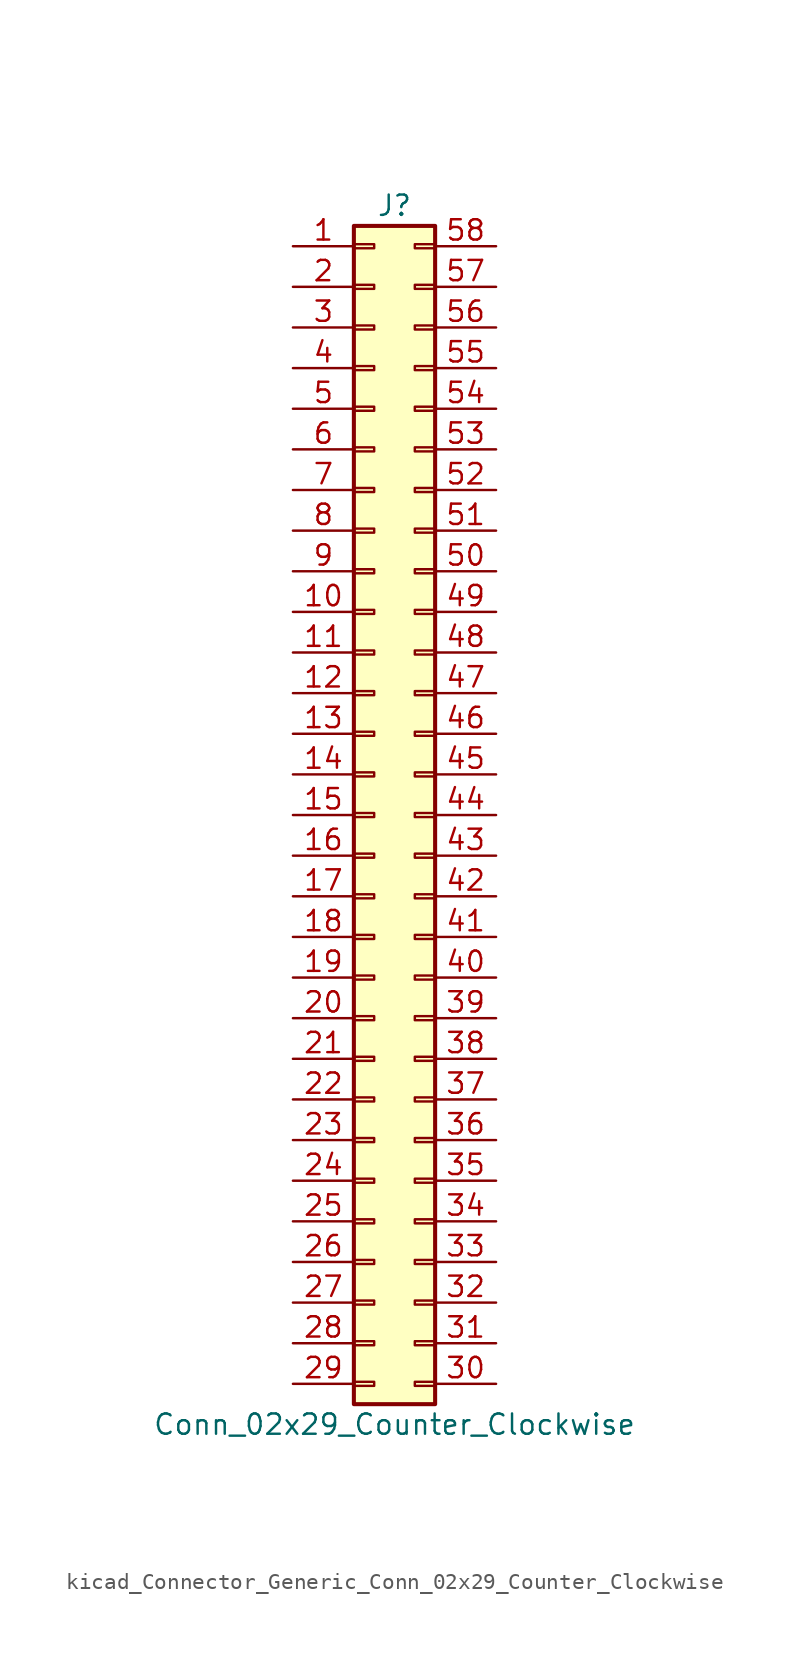
<source format=kicad_sym>
(kicad_symbol_lib
  (version 20220914)
  (generator kicad_symbol_editor)
  (symbol "kicad_Connector_Generic_Conn_02x29_Counter_Clockwise"
    (pin_names
      (offset 1.016) hide)
    (property "Reference" "J"
      (at 1.27 38.1 0)
      (effects (font (size 1.27 1.27))))
    (property "Value" "Conn_02x29_Counter_Clockwise"
      (at 1.27 -38.1 0)
      (effects (font (size 1.27 1.27))))
    (symbol "kicad_Connector_Generic_Conn_02x29_Counter_Clockwise_1_1"
      (rectangle (start -1.27 -35.433) (end 0 -35.687) (stroke (width 0.152) (type default)) (fill (type none)))
      (rectangle (start -1.27 -32.893) (end 0 -33.147) (stroke (width 0.152) (type default)) (fill (type none)))
      (rectangle (start -1.27 -30.353) (end 0 -30.607) (stroke (width 0.152) (type default)) (fill (type none)))
      (rectangle (start -1.27 -27.813) (end 0 -28.067) (stroke (width 0.152) (type default)) (fill (type none)))
      (rectangle (start -1.27 -25.273) (end 0 -25.527) (stroke (width 0.152) (type default)) (fill (type none)))
      (rectangle (start -1.27 -22.733) (end 0 -22.987) (stroke (width 0.152) (type default)) (fill (type none)))
      (rectangle (start -1.27 -20.193) (end 0 -20.447) (stroke (width 0.152) (type default)) (fill (type none)))
      (rectangle (start -1.27 -17.653) (end 0 -17.907) (stroke (width 0.152) (type default)) (fill (type none)))
      (rectangle (start -1.27 -15.113) (end 0 -15.367) (stroke (width 0.152) (type default)) (fill (type none)))
      (rectangle (start -1.27 -12.573) (end 0 -12.827) (stroke (width 0.152) (type default)) (fill (type none)))
      (rectangle (start -1.27 -10.033) (end 0 -10.287) (stroke (width 0.152) (type default)) (fill (type none)))
      (rectangle (start -1.27 -7.493) (end 0 -7.747) (stroke (width 0.152) (type default)) (fill (type none)))
      (rectangle (start -1.27 -4.953) (end 0 -5.207) (stroke (width 0.152) (type default)) (fill (type none)))
      (rectangle (start -1.27 -2.413) (end 0 -2.667) (stroke (width 0.152) (type default)) (fill (type none)))
      (rectangle (start -1.27 0.127) (end 0 -0.127) (stroke (width 0.152) (type default)) (fill (type none)))
      (rectangle (start -1.27 2.667) (end 0 2.413) (stroke (width 0.152) (type default)) (fill (type none)))
      (rectangle (start -1.27 5.207) (end 0 4.953) (stroke (width 0.152) (type default)) (fill (type none)))
      (rectangle (start -1.27 7.747) (end 0 7.493) (stroke (width 0.152) (type default)) (fill (type none)))
      (rectangle (start -1.27 10.287) (end 0 10.033) (stroke (width 0.152) (type default)) (fill (type none)))
      (rectangle (start -1.27 12.827) (end 0 12.573) (stroke (width 0.152) (type default)) (fill (type none)))
      (rectangle (start -1.27 15.367) (end 0 15.113) (stroke (width 0.152) (type default)) (fill (type none)))
      (rectangle (start -1.27 17.907) (end 0 17.653) (stroke (width 0.152) (type default)) (fill (type none)))
      (rectangle (start -1.27 20.447) (end 0 20.193) (stroke (width 0.152) (type default)) (fill (type none)))
      (rectangle (start -1.27 22.987) (end 0 22.733) (stroke (width 0.152) (type default)) (fill (type none)))
      (rectangle (start -1.27 25.527) (end 0 25.273) (stroke (width 0.152) (type default)) (fill (type none)))
      (rectangle (start -1.27 28.067) (end 0 27.813) (stroke (width 0.152) (type default)) (fill (type none)))
      (rectangle (start -1.27 30.607) (end 0 30.353) (stroke (width 0.152) (type default)) (fill (type none)))
      (rectangle (start -1.27 33.147) (end 0 32.893) (stroke (width 0.152) (type default)) (fill (type none)))
      (rectangle (start -1.27 35.687) (end 0 35.433) (stroke (width 0.152) (type default)) (fill (type none)))
      (rectangle (start -1.27 36.83) (end 3.81 -36.83) (stroke (width 0.254) (type default)) (fill (type background)))
      (rectangle (start 3.81 -35.433) (end 2.54 -35.687) (stroke (width 0.152) (type default)) (fill (type none)))
      (rectangle (start 3.81 -32.893) (end 2.54 -33.147) (stroke (width 0.152) (type default)) (fill (type none)))
      (rectangle (start 3.81 -30.353) (end 2.54 -30.607) (stroke (width 0.152) (type default)) (fill (type none)))
      (rectangle (start 3.81 -27.813) (end 2.54 -28.067) (stroke (width 0.152) (type default)) (fill (type none)))
      (rectangle (start 3.81 -25.273) (end 2.54 -25.527) (stroke (width 0.152) (type default)) (fill (type none)))
      (rectangle (start 3.81 -22.733) (end 2.54 -22.987) (stroke (width 0.152) (type default)) (fill (type none)))
      (rectangle (start 3.81 -20.193) (end 2.54 -20.447) (stroke (width 0.152) (type default)) (fill (type none)))
      (rectangle (start 3.81 -17.653) (end 2.54 -17.907) (stroke (width 0.152) (type default)) (fill (type none)))
      (rectangle (start 3.81 -15.113) (end 2.54 -15.367) (stroke (width 0.152) (type default)) (fill (type none)))
      (rectangle (start 3.81 -12.573) (end 2.54 -12.827) (stroke (width 0.152) (type default)) (fill (type none)))
      (rectangle (start 3.81 -10.033) (end 2.54 -10.287) (stroke (width 0.152) (type default)) (fill (type none)))
      (rectangle (start 3.81 -7.493) (end 2.54 -7.747) (stroke (width 0.152) (type default)) (fill (type none)))
      (rectangle (start 3.81 -4.953) (end 2.54 -5.207) (stroke (width 0.152) (type default)) (fill (type none)))
      (rectangle (start 3.81 -2.413) (end 2.54 -2.667) (stroke (width 0.152) (type default)) (fill (type none)))
      (rectangle (start 3.81 0.127) (end 2.54 -0.127) (stroke (width 0.152) (type default)) (fill (type none)))
      (rectangle (start 3.81 2.667) (end 2.54 2.413) (stroke (width 0.152) (type default)) (fill (type none)))
      (rectangle (start 3.81 5.207) (end 2.54 4.953) (stroke (width 0.152) (type default)) (fill (type none)))
      (rectangle (start 3.81 7.747) (end 2.54 7.493) (stroke (width 0.152) (type default)) (fill (type none)))
      (rectangle (start 3.81 10.287) (end 2.54 10.033) (stroke (width 0.152) (type default)) (fill (type none)))
      (rectangle (start 3.81 12.827) (end 2.54 12.573) (stroke (width 0.152) (type default)) (fill (type none)))
      (rectangle (start 3.81 15.367) (end 2.54 15.113) (stroke (width 0.152) (type default)) (fill (type none)))
      (rectangle (start 3.81 17.907) (end 2.54 17.653) (stroke (width 0.152) (type default)) (fill (type none)))
      (rectangle (start 3.81 20.447) (end 2.54 20.193) (stroke (width 0.152) (type default)) (fill (type none)))
      (rectangle (start 3.81 22.987) (end 2.54 22.733) (stroke (width 0.152) (type default)) (fill (type none)))
      (rectangle (start 3.81 25.527) (end 2.54 25.273) (stroke (width 0.152) (type default)) (fill (type none)))
      (rectangle (start 3.81 28.067) (end 2.54 27.813) (stroke (width 0.152) (type default)) (fill (type none)))
      (rectangle (start 3.81 30.607) (end 2.54 30.353) (stroke (width 0.152) (type default)) (fill (type none)))
      (rectangle (start 3.81 33.147) (end 2.54 32.893) (stroke (width 0.152) (type default)) (fill (type none)))
      (rectangle (start 3.81 35.687) (end 2.54 35.433) (stroke (width 0.152) (type default)) (fill (type none)))
      (pin passive line (at -5.08 35.56 0) (length 3.81) (name "Pin_1" (effects (font (size 1.27 1.27)))) (number "1" (effects (font (size 1.27 1.27)))))
      (pin passive line (at -5.08 12.7 0) (length 3.81) (name "Pin_10" (effects (font (size 1.27 1.27)))) (number "10" (effects (font (size 1.27 1.27)))))
      (pin passive line (at -5.08 10.16 0) (length 3.81) (name "Pin_11" (effects (font (size 1.27 1.27)))) (number "11" (effects (font (size 1.27 1.27)))))
      (pin passive line (at -5.08 7.62 0) (length 3.81) (name "Pin_12" (effects (font (size 1.27 1.27)))) (number "12" (effects (font (size 1.27 1.27)))))
      (pin passive line (at -5.08 5.08 0) (length 3.81) (name "Pin_13" (effects (font (size 1.27 1.27)))) (number "13" (effects (font (size 1.27 1.27)))))
      (pin passive line (at -5.08 2.54 0) (length 3.81) (name "Pin_14" (effects (font (size 1.27 1.27)))) (number "14" (effects (font (size 1.27 1.27)))))
      (pin passive line (at -5.08 0 0) (length 3.81) (name "Pin_15" (effects (font (size 1.27 1.27)))) (number "15" (effects (font (size 1.27 1.27)))))
      (pin passive line (at -5.08 -2.54 0) (length 3.81) (name "Pin_16" (effects (font (size 1.27 1.27)))) (number "16" (effects (font (size 1.27 1.27)))))
      (pin passive line (at -5.08 -5.08 0) (length 3.81) (name "Pin_17" (effects (font (size 1.27 1.27)))) (number "17" (effects (font (size 1.27 1.27)))))
      (pin passive line (at -5.08 -7.62 0) (length 3.81) (name "Pin_18" (effects (font (size 1.27 1.27)))) (number "18" (effects (font (size 1.27 1.27)))))
      (pin passive line (at -5.08 -10.16 0) (length 3.81) (name "Pin_19" (effects (font (size 1.27 1.27)))) (number "19" (effects (font (size 1.27 1.27)))))
      (pin passive line (at -5.08 33.02 0) (length 3.81) (name "Pin_2" (effects (font (size 1.27 1.27)))) (number "2" (effects (font (size 1.27 1.27)))))
      (pin passive line (at -5.08 -12.7 0) (length 3.81) (name "Pin_20" (effects (font (size 1.27 1.27)))) (number "20" (effects (font (size 1.27 1.27)))))
      (pin passive line (at -5.08 -15.24 0) (length 3.81) (name "Pin_21" (effects (font (size 1.27 1.27)))) (number "21" (effects (font (size 1.27 1.27)))))
      (pin passive line (at -5.08 -17.78 0) (length 3.81) (name "Pin_22" (effects (font (size 1.27 1.27)))) (number "22" (effects (font (size 1.27 1.27)))))
      (pin passive line (at -5.08 -20.32 0) (length 3.81) (name "Pin_23" (effects (font (size 1.27 1.27)))) (number "23" (effects (font (size 1.27 1.27)))))
      (pin passive line (at -5.08 -22.86 0) (length 3.81) (name "Pin_24" (effects (font (size 1.27 1.27)))) (number "24" (effects (font (size 1.27 1.27)))))
      (pin passive line (at -5.08 -25.4 0) (length 3.81) (name "Pin_25" (effects (font (size 1.27 1.27)))) (number "25" (effects (font (size 1.27 1.27)))))
      (pin passive line (at -5.08 -27.94 0) (length 3.81) (name "Pin_26" (effects (font (size 1.27 1.27)))) (number "26" (effects (font (size 1.27 1.27)))))
      (pin passive line (at -5.08 -30.48 0) (length 3.81) (name "Pin_27" (effects (font (size 1.27 1.27)))) (number "27" (effects (font (size 1.27 1.27)))))
      (pin passive line (at -5.08 -33.02 0) (length 3.81) (name "Pin_28" (effects (font (size 1.27 1.27)))) (number "28" (effects (font (size 1.27 1.27)))))
      (pin passive line (at -5.08 -35.56 0) (length 3.81) (name "Pin_29" (effects (font (size 1.27 1.27)))) (number "29" (effects (font (size 1.27 1.27)))))
      (pin passive line (at -5.08 30.48 0) (length 3.81) (name "Pin_3" (effects (font (size 1.27 1.27)))) (number "3" (effects (font (size 1.27 1.27)))))
      (pin passive line (at 7.62 -35.56 180) (length 3.81) (name "Pin_30" (effects (font (size 1.27 1.27)))) (number "30" (effects (font (size 1.27 1.27)))))
      (pin passive line (at 7.62 -33.02 180) (length 3.81) (name "Pin_31" (effects (font (size 1.27 1.27)))) (number "31" (effects (font (size 1.27 1.27)))))
      (pin passive line (at 7.62 -30.48 180) (length 3.81) (name "Pin_32" (effects (font (size 1.27 1.27)))) (number "32" (effects (font (size 1.27 1.27)))))
      (pin passive line (at 7.62 -27.94 180) (length 3.81) (name "Pin_33" (effects (font (size 1.27 1.27)))) (number "33" (effects (font (size 1.27 1.27)))))
      (pin passive line (at 7.62 -25.4 180) (length 3.81) (name "Pin_34" (effects (font (size 1.27 1.27)))) (number "34" (effects (font (size 1.27 1.27)))))
      (pin passive line (at 7.62 -22.86 180) (length 3.81) (name "Pin_35" (effects (font (size 1.27 1.27)))) (number "35" (effects (font (size 1.27 1.27)))))
      (pin passive line (at 7.62 -20.32 180) (length 3.81) (name "Pin_36" (effects (font (size 1.27 1.27)))) (number "36" (effects (font (size 1.27 1.27)))))
      (pin passive line (at 7.62 -17.78 180) (length 3.81) (name "Pin_37" (effects (font (size 1.27 1.27)))) (number "37" (effects (font (size 1.27 1.27)))))
      (pin passive line (at 7.62 -15.24 180) (length 3.81) (name "Pin_38" (effects (font (size 1.27 1.27)))) (number "38" (effects (font (size 1.27 1.27)))))
      (pin passive line (at 7.62 -12.7 180) (length 3.81) (name "Pin_39" (effects (font (size 1.27 1.27)))) (number "39" (effects (font (size 1.27 1.27)))))
      (pin passive line (at -5.08 27.94 0) (length 3.81) (name "Pin_4" (effects (font (size 1.27 1.27)))) (number "4" (effects (font (size 1.27 1.27)))))
      (pin passive line (at 7.62 -10.16 180) (length 3.81) (name "Pin_40" (effects (font (size 1.27 1.27)))) (number "40" (effects (font (size 1.27 1.27)))))
      (pin passive line (at 7.62 -7.62 180) (length 3.81) (name "Pin_41" (effects (font (size 1.27 1.27)))) (number "41" (effects (font (size 1.27 1.27)))))
      (pin passive line (at 7.62 -5.08 180) (length 3.81) (name "Pin_42" (effects (font (size 1.27 1.27)))) (number "42" (effects (font (size 1.27 1.27)))))
      (pin passive line (at 7.62 -2.54 180) (length 3.81) (name "Pin_43" (effects (font (size 1.27 1.27)))) (number "43" (effects (font (size 1.27 1.27)))))
      (pin passive line (at 7.62 0 180) (length 3.81) (name "Pin_44" (effects (font (size 1.27 1.27)))) (number "44" (effects (font (size 1.27 1.27)))))
      (pin passive line (at 7.62 2.54 180) (length 3.81) (name "Pin_45" (effects (font (size 1.27 1.27)))) (number "45" (effects (font (size 1.27 1.27)))))
      (pin passive line (at 7.62 5.08 180) (length 3.81) (name "Pin_46" (effects (font (size 1.27 1.27)))) (number "46" (effects (font (size 1.27 1.27)))))
      (pin passive line (at 7.62 7.62 180) (length 3.81) (name "Pin_47" (effects (font (size 1.27 1.27)))) (number "47" (effects (font (size 1.27 1.27)))))
      (pin passive line (at 7.62 10.16 180) (length 3.81) (name "Pin_48" (effects (font (size 1.27 1.27)))) (number "48" (effects (font (size 1.27 1.27)))))
      (pin passive line (at 7.62 12.7 180) (length 3.81) (name "Pin_49" (effects (font (size 1.27 1.27)))) (number "49" (effects (font (size 1.27 1.27)))))
      (pin passive line (at -5.08 25.4 0) (length 3.81) (name "Pin_5" (effects (font (size 1.27 1.27)))) (number "5" (effects (font (size 1.27 1.27)))))
      (pin passive line (at 7.62 15.24 180) (length 3.81) (name "Pin_50" (effects (font (size 1.27 1.27)))) (number "50" (effects (font (size 1.27 1.27)))))
      (pin passive line (at 7.62 17.78 180) (length 3.81) (name "Pin_51" (effects (font (size 1.27 1.27)))) (number "51" (effects (font (size 1.27 1.27)))))
      (pin passive line (at 7.62 20.32 180) (length 3.81) (name "Pin_52" (effects (font (size 1.27 1.27)))) (number "52" (effects (font (size 1.27 1.27)))))
      (pin passive line (at 7.62 22.86 180) (length 3.81) (name "Pin_53" (effects (font (size 1.27 1.27)))) (number "53" (effects (font (size 1.27 1.27)))))
      (pin passive line (at 7.62 25.4 180) (length 3.81) (name "Pin_54" (effects (font (size 1.27 1.27)))) (number "54" (effects (font (size 1.27 1.27)))))
      (pin passive line (at 7.62 27.94 180) (length 3.81) (name "Pin_55" (effects (font (size 1.27 1.27)))) (number "55" (effects (font (size 1.27 1.27)))))
      (pin passive line (at 7.62 30.48 180) (length 3.81) (name "Pin_56" (effects (font (size 1.27 1.27)))) (number "56" (effects (font (size 1.27 1.27)))))
      (pin passive line (at 7.62 33.02 180) (length 3.81) (name "Pin_57" (effects (font (size 1.27 1.27)))) (number "57" (effects (font (size 1.27 1.27)))))
      (pin passive line (at 7.62 35.56 180) (length 3.81) (name "Pin_58" (effects (font (size 1.27 1.27)))) (number "58" (effects (font (size 1.27 1.27)))))
      (pin passive line (at -5.08 22.86 0) (length 3.81) (name "Pin_6" (effects (font (size 1.27 1.27)))) (number "6" (effects (font (size 1.27 1.27)))))
      (pin passive line (at -5.08 20.32 0) (length 3.81) (name "Pin_7" (effects (font (size 1.27 1.27)))) (number "7" (effects (font (size 1.27 1.27)))))
      (pin passive line (at -5.08 17.78 0) (length 3.81) (name "Pin_8" (effects (font (size 1.27 1.27)))) (number "8" (effects (font (size 1.27 1.27)))))
      (pin passive line (at -5.08 15.24 0) (length 3.81) (name "Pin_9" (effects (font (size 1.27 1.27)))) (number "9" (effects (font (size 1.27 1.27))))))))
</source>
